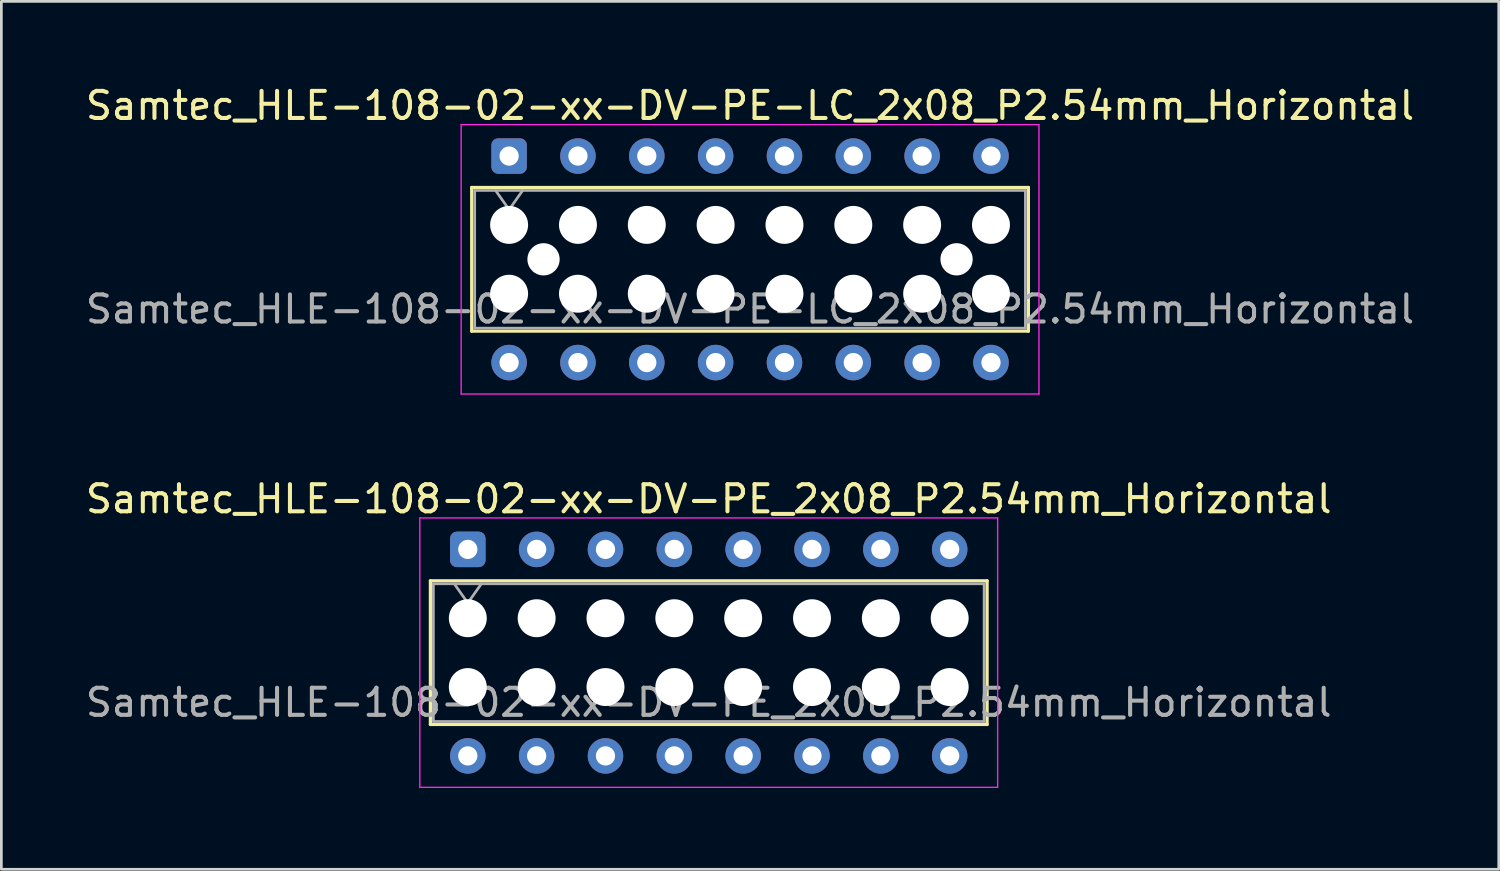
<source format=kicad_pcb>
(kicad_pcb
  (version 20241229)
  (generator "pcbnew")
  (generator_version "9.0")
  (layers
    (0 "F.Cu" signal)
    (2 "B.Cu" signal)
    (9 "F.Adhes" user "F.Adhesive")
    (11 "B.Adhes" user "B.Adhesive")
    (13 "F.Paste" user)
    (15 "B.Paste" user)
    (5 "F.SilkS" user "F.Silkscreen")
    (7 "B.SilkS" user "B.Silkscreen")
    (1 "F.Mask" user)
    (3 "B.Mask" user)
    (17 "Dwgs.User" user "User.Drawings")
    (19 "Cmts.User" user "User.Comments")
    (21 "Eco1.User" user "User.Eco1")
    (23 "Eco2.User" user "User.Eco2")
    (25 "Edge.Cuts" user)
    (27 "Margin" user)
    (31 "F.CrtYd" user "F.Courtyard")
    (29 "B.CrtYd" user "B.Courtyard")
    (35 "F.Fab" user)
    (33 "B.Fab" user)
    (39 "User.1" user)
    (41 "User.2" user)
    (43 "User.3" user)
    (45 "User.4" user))
  (footprint "Samtec_HLE-108-02-xx-DV-PE-LC_2x08_P2.54mm_Horizontal"
    (layer "F.Cu")
    (at 15.735 2.708)
    (property "Reference" "Samtec_HLE-108-02-xx-DV-PE-LC_2x08_P2.54mm_Horizontal" (at 8.89 -1.86 0) (layer "F.SilkS") (effects (font (size 1 1) (thickness 0.15))))
    (attr through_hole)
    (fp_line (start -1.38 1.16) (end 19.16 1.16) (stroke (width 0.12) (type solid)) (layer "F.SilkS"))
    (fp_line (start -1.38 6.46) (end -1.38 1.16) (stroke (width 0.12) (type solid)) (layer "F.SilkS"))
    (fp_line (start 19.16 1.16) (end 19.16 6.46) (stroke (width 0.12) (type solid)) (layer "F.SilkS"))
    (fp_line (start 19.16 6.46) (end -1.38 6.46) (stroke (width 0.12) (type solid)) (layer "F.SilkS"))
    (fp_line (start -1.77 -1.16) (end 19.55 -1.16) (stroke (width 0.05) (type solid)) (layer "F.CrtYd"))
    (fp_line (start -1.77 8.78) (end -1.77 -1.16) (stroke (width 0.05) (type solid)) (layer "F.CrtYd"))
    (fp_line (start 19.55 -1.16) (end 19.55 8.78) (stroke (width 0.05) (type solid)) (layer "F.CrtYd"))
    (fp_line (start 19.55 8.78) (end -1.77 8.78) (stroke (width 0.05) (type solid)) (layer "F.CrtYd"))
    (fp_line (start -1.27 1.27) (end 19.05 1.27) (stroke (width 0.1) (type solid)) (layer "F.Fab"))
    (fp_line (start -1.27 6.35) (end -1.27 1.27) (stroke (width 0.1) (type solid)) (layer "F.Fab"))
    (fp_line (start -0.5 1.27) (end 0 1.977) (stroke (width 0.1) (type solid)) (layer "F.Fab"))
    (fp_line (start 0 1.977) (end 0.5 1.27) (stroke (width 0.1) (type solid)) (layer "F.Fab"))
    (fp_line (start 19.05 1.27) (end 19.05 6.35) (stroke (width 0.1) (type solid)) (layer "F.Fab"))
    (fp_line (start 19.05 6.35) (end -1.27 6.35) (stroke (width 0.1) (type solid)) (layer "F.Fab"))
    (fp_text user "${REFERENCE}" (at 8.89 5.65 0) (layer "F.Fab") (effects (font (size 1 1) (thickness 0.15))))
    (pad "" np_thru_hole circle (at 0 2.54) (size 1.4 1.4) (drill 1.4) (layers "*.Cu" "*.Mask"))
    (pad "" np_thru_hole circle (at 0 5.08) (size 1.4 1.4) (drill 1.4) (layers "*.Cu" "*.Mask"))
    (pad "" np_thru_hole circle (at 1.27 3.81) (size 1.19 1.19) (drill 1.19) (layers "*.Cu" "*.Mask"))
    (pad "" np_thru_hole circle (at 2.54 2.54) (size 1.4 1.4) (drill 1.4) (layers "*.Cu" "*.Mask"))
    (pad "" np_thru_hole circle (at 2.54 5.08) (size 1.4 1.4) (drill 1.4) (layers "*.Cu" "*.Mask"))
    (pad "" np_thru_hole circle (at 5.08 2.54) (size 1.4 1.4) (drill 1.4) (layers "*.Cu" "*.Mask"))
    (pad "" np_thru_hole circle (at 5.08 5.08) (size 1.4 1.4) (drill 1.4) (layers "*.Cu" "*.Mask"))
    (pad "" np_thru_hole circle (at 7.62 2.54) (size 1.4 1.4) (drill 1.4) (layers "*.Cu" "*.Mask"))
    (pad "" np_thru_hole circle (at 7.62 5.08) (size 1.4 1.4) (drill 1.4) (layers "*.Cu" "*.Mask"))
    (pad "" np_thru_hole circle (at 10.16 2.54) (size 1.4 1.4) (drill 1.4) (layers "*.Cu" "*.Mask"))
    (pad "" np_thru_hole circle (at 10.16 5.08) (size 1.4 1.4) (drill 1.4) (layers "*.Cu" "*.Mask"))
    (pad "" np_thru_hole circle (at 12.7 2.54) (size 1.4 1.4) (drill 1.4) (layers "*.Cu" "*.Mask"))
    (pad "" np_thru_hole circle (at 12.7 5.08) (size 1.4 1.4) (drill 1.4) (layers "*.Cu" "*.Mask"))
    (pad "" np_thru_hole circle (at 15.24 2.54) (size 1.4 1.4) (drill 1.4) (layers "*.Cu" "*.Mask"))
    (pad "" np_thru_hole circle (at 15.24 5.08) (size 1.4 1.4) (drill 1.4) (layers "*.Cu" "*.Mask"))
    (pad "" np_thru_hole circle (at 16.51 3.81) (size 1.19 1.19) (drill 1.19) (layers "*.Cu" "*.Mask"))
    (pad "" np_thru_hole circle (at 17.78 2.54) (size 1.4 1.4) (drill 1.4) (layers "*.Cu" "*.Mask"))
    (pad "" np_thru_hole circle (at 17.78 5.08) (size 1.4 1.4) (drill 1.4) (layers "*.Cu" "*.Mask"))
    (pad "1" thru_hole roundrect (at 0 0) (size 1.31 1.31) (drill 0.71) (layers "*.Cu" "*.Mask") (roundrect_rratio 0.191))
    (pad "2" thru_hole circle (at 0 7.62) (size 1.31 1.31) (drill 0.71) (layers "*.Cu" "*.Mask"))
    (pad "3" thru_hole circle (at 2.54 0) (size 1.31 1.31) (drill 0.71) (layers "*.Cu" "*.Mask"))
    (pad "4" thru_hole circle (at 2.54 7.62) (size 1.31 1.31) (drill 0.71) (layers "*.Cu" "*.Mask"))
    (pad "5" thru_hole circle (at 5.08 0) (size 1.31 1.31) (drill 0.71) (layers "*.Cu" "*.Mask"))
    (pad "6" thru_hole circle (at 5.08 7.62) (size 1.31 1.31) (drill 0.71) (layers "*.Cu" "*.Mask"))
    (pad "7" thru_hole circle (at 7.62 0) (size 1.31 1.31) (drill 0.71) (layers "*.Cu" "*.Mask"))
    (pad "8" thru_hole circle (at 7.62 7.62) (size 1.31 1.31) (drill 0.71) (layers "*.Cu" "*.Mask"))
    (pad "9" thru_hole circle (at 10.16 0) (size 1.31 1.31) (drill 0.71) (layers "*.Cu" "*.Mask"))
    (pad "10" thru_hole circle (at 10.16 7.62) (size 1.31 1.31) (drill 0.71) (layers "*.Cu" "*.Mask"))
    (pad "11" thru_hole circle (at 12.7 0) (size 1.31 1.31) (drill 0.71) (layers "*.Cu" "*.Mask"))
    (pad "12" thru_hole circle (at 12.7 7.62) (size 1.31 1.31) (drill 0.71) (layers "*.Cu" "*.Mask"))
    (pad "13" thru_hole circle (at 15.24 0) (size 1.31 1.31) (drill 0.71) (layers "*.Cu" "*.Mask"))
    (pad "14" thru_hole circle (at 15.24 7.62) (size 1.31 1.31) (drill 0.71) (layers "*.Cu" "*.Mask"))
    (pad "15" thru_hole circle (at 17.78 0) (size 1.31 1.31) (drill 0.71) (layers "*.Cu" "*.Mask"))
    (pad "16" thru_hole circle (at 17.78 7.62) (size 1.31 1.31) (drill 0.71) (layers "*.Cu" "*.Mask")))
  (footprint "Samtec_HLE-108-02-xx-DV-PE_2x08_P2.54mm_Horizontal"
    (layer "F.Cu")
    (at 14.211 17.221)
    (property "Reference" "Samtec_HLE-108-02-xx-DV-PE_2x08_P2.54mm_Horizontal" (at 8.89 -1.86 0) (layer "F.SilkS") (effects (font (size 1 1) (thickness 0.15))))
    (attr through_hole)
    (fp_line (start -1.38 1.16) (end 19.16 1.16) (stroke (width 0.12) (type solid)) (layer "F.SilkS"))
    (fp_line (start -1.38 6.46) (end -1.38 1.16) (stroke (width 0.12) (type solid)) (layer "F.SilkS"))
    (fp_line (start 19.16 1.16) (end 19.16 6.46) (stroke (width 0.12) (type solid)) (layer "F.SilkS"))
    (fp_line (start 19.16 6.46) (end -1.38 6.46) (stroke (width 0.12) (type solid)) (layer "F.SilkS"))
    (fp_line (start -1.77 -1.16) (end 19.55 -1.16) (stroke (width 0.05) (type solid)) (layer "F.CrtYd"))
    (fp_line (start -1.77 8.78) (end -1.77 -1.16) (stroke (width 0.05) (type solid)) (layer "F.CrtYd"))
    (fp_line (start 19.55 -1.16) (end 19.55 8.78) (stroke (width 0.05) (type solid)) (layer "F.CrtYd"))
    (fp_line (start 19.55 8.78) (end -1.77 8.78) (stroke (width 0.05) (type solid)) (layer "F.CrtYd"))
    (fp_line (start -1.27 1.27) (end 19.05 1.27) (stroke (width 0.1) (type solid)) (layer "F.Fab"))
    (fp_line (start -1.27 6.35) (end -1.27 1.27) (stroke (width 0.1) (type solid)) (layer "F.Fab"))
    (fp_line (start -0.5 1.27) (end 0 1.977) (stroke (width 0.1) (type solid)) (layer "F.Fab"))
    (fp_line (start 0 1.977) (end 0.5 1.27) (stroke (width 0.1) (type solid)) (layer "F.Fab"))
    (fp_line (start 19.05 1.27) (end 19.05 6.35) (stroke (width 0.1) (type solid)) (layer "F.Fab"))
    (fp_line (start 19.05 6.35) (end -1.27 6.35) (stroke (width 0.1) (type solid)) (layer "F.Fab"))
    (fp_text user "${REFERENCE}" (at 8.89 5.65 0) (layer "F.Fab") (effects (font (size 1 1) (thickness 0.15))))
    (pad "" np_thru_hole circle (at 0 2.54) (size 1.4 1.4) (drill 1.4) (layers "*.Cu" "*.Mask"))
    (pad "" np_thru_hole circle (at 0 5.08) (size 1.4 1.4) (drill 1.4) (layers "*.Cu" "*.Mask"))
    (pad "" np_thru_hole circle (at 2.54 2.54) (size 1.4 1.4) (drill 1.4) (layers "*.Cu" "*.Mask"))
    (pad "" np_thru_hole circle (at 2.54 5.08) (size 1.4 1.4) (drill 1.4) (layers "*.Cu" "*.Mask"))
    (pad "" np_thru_hole circle (at 5.08 2.54) (size 1.4 1.4) (drill 1.4) (layers "*.Cu" "*.Mask"))
    (pad "" np_thru_hole circle (at 5.08 5.08) (size 1.4 1.4) (drill 1.4) (layers "*.Cu" "*.Mask"))
    (pad "" np_thru_hole circle (at 7.62 2.54) (size 1.4 1.4) (drill 1.4) (layers "*.Cu" "*.Mask"))
    (pad "" np_thru_hole circle (at 7.62 5.08) (size 1.4 1.4) (drill 1.4) (layers "*.Cu" "*.Mask"))
    (pad "" np_thru_hole circle (at 10.16 2.54) (size 1.4 1.4) (drill 1.4) (layers "*.Cu" "*.Mask"))
    (pad "" np_thru_hole circle (at 10.16 5.08) (size 1.4 1.4) (drill 1.4) (layers "*.Cu" "*.Mask"))
    (pad "" np_thru_hole circle (at 12.7 2.54) (size 1.4 1.4) (drill 1.4) (layers "*.Cu" "*.Mask"))
    (pad "" np_thru_hole circle (at 12.7 5.08) (size 1.4 1.4) (drill 1.4) (layers "*.Cu" "*.Mask"))
    (pad "" np_thru_hole circle (at 15.24 2.54) (size 1.4 1.4) (drill 1.4) (layers "*.Cu" "*.Mask"))
    (pad "" np_thru_hole circle (at 15.24 5.08) (size 1.4 1.4) (drill 1.4) (layers "*.Cu" "*.Mask"))
    (pad "" np_thru_hole circle (at 17.78 2.54) (size 1.4 1.4) (drill 1.4) (layers "*.Cu" "*.Mask"))
    (pad "" np_thru_hole circle (at 17.78 5.08) (size 1.4 1.4) (drill 1.4) (layers "*.Cu" "*.Mask"))
    (pad "1" thru_hole roundrect (at 0 0) (size 1.31 1.31) (drill 0.71) (layers "*.Cu" "*.Mask") (roundrect_rratio 0.191))
    (pad "2" thru_hole circle (at 0 7.62) (size 1.31 1.31) (drill 0.71) (layers "*.Cu" "*.Mask"))
    (pad "3" thru_hole circle (at 2.54 0) (size 1.31 1.31) (drill 0.71) (layers "*.Cu" "*.Mask"))
    (pad "4" thru_hole circle (at 2.54 7.62) (size 1.31 1.31) (drill 0.71) (layers "*.Cu" "*.Mask"))
    (pad "5" thru_hole circle (at 5.08 0) (size 1.31 1.31) (drill 0.71) (layers "*.Cu" "*.Mask"))
    (pad "6" thru_hole circle (at 5.08 7.62) (size 1.31 1.31) (drill 0.71) (layers "*.Cu" "*.Mask"))
    (pad "7" thru_hole circle (at 7.62 0) (size 1.31 1.31) (drill 0.71) (layers "*.Cu" "*.Mask"))
    (pad "8" thru_hole circle (at 7.62 7.62) (size 1.31 1.31) (drill 0.71) (layers "*.Cu" "*.Mask"))
    (pad "9" thru_hole circle (at 10.16 0) (size 1.31 1.31) (drill 0.71) (layers "*.Cu" "*.Mask"))
    (pad "10" thru_hole circle (at 10.16 7.62) (size 1.31 1.31) (drill 0.71) (layers "*.Cu" "*.Mask"))
    (pad "11" thru_hole circle (at 12.7 0) (size 1.31 1.31) (drill 0.71) (layers "*.Cu" "*.Mask"))
    (pad "12" thru_hole circle (at 12.7 7.62) (size 1.31 1.31) (drill 0.71) (layers "*.Cu" "*.Mask"))
    (pad "13" thru_hole circle (at 15.24 0) (size 1.31 1.31) (drill 0.71) (layers "*.Cu" "*.Mask"))
    (pad "14" thru_hole circle (at 15.24 7.62) (size 1.31 1.31) (drill 0.71) (layers "*.Cu" "*.Mask"))
    (pad "15" thru_hole circle (at 17.78 0) (size 1.31 1.31) (drill 0.71) (layers "*.Cu" "*.Mask"))
    (pad "16" thru_hole circle (at 17.78 7.62) (size 1.31 1.31) (drill 0.71) (layers "*.Cu" "*.Mask")))
  (gr_rect
    (start -3 -3)
    (end 52.25 29.026)
    (stroke (width 0.1) (type default))
    (fill no)
    (layer "Edge.Cuts")))
</source>
